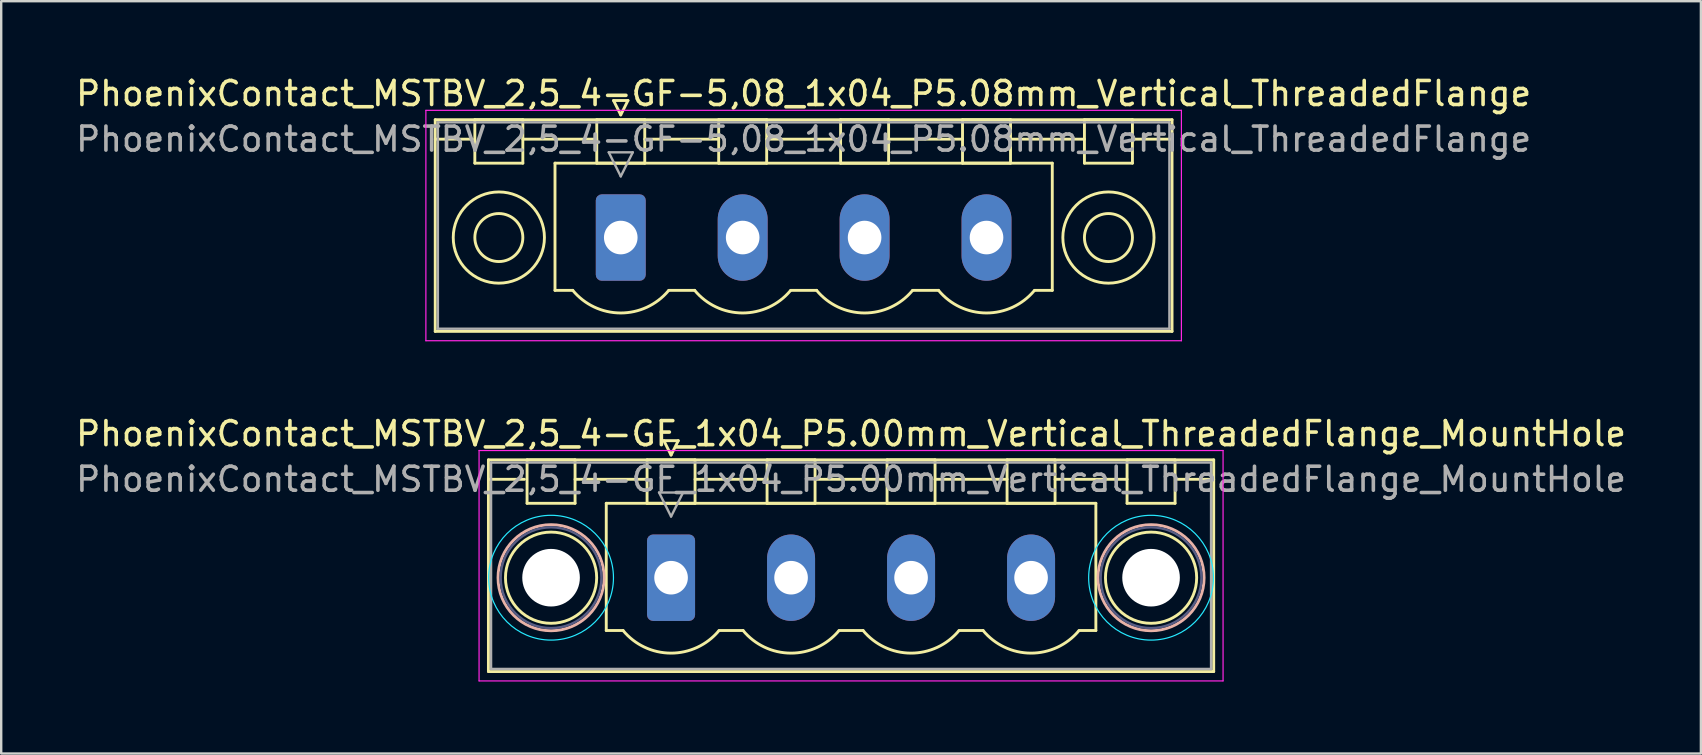
<source format=kicad_pcb>
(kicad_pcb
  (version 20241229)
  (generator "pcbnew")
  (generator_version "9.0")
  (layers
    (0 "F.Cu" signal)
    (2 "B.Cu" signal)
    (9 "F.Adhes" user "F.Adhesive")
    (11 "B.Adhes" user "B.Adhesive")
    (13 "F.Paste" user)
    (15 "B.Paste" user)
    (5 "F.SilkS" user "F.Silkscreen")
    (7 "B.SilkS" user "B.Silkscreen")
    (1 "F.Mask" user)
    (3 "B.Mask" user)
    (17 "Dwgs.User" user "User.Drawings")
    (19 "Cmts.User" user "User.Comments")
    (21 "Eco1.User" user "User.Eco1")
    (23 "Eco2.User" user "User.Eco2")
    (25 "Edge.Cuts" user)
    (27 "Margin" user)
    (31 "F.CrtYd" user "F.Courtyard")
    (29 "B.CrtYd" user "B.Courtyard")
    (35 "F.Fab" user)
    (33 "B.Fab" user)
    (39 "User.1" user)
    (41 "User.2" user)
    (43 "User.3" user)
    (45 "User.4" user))
  (footprint "PhoenixContact_MSTBV_2,5_4-GF-5,08_1x04_P5.08mm_Vertical_ThreadedFlange"
    (layer "F.Cu")
    (at 22.815 6.848)
    (property "Reference" "PhoenixContact_MSTBV_2,5_4-GF-5,08_1x04_P5.08mm_Vertical_ThreadedFlange" (at 7.62 -6 0) (layer "F.SilkS") (effects (font (size 1 1) (thickness 0.15))))
    (attr through_hole)
    (fp_line (start -7.73 -4.91) (end -7.73 3.91) (stroke (width 0.12) (type solid)) (layer "F.SilkS"))
    (fp_line (start -7.73 -4.1) (end -6.19 -4.1) (stroke (width 0.12) (type solid)) (layer "F.SilkS"))
    (fp_line (start -7.73 3.91) (end 22.97 3.91) (stroke (width 0.12) (type solid)) (layer "F.SilkS"))
    (fp_line (start -6.08 -4.91) (end -4.08 -4.91) (stroke (width 0.12) (type solid)) (layer "F.SilkS"))
    (fp_line (start -6.08 -3.1) (end -6.08 -4.91) (stroke (width 0.12) (type solid)) (layer "F.SilkS"))
    (fp_line (start -4.08 -4.91) (end -4.08 -3.1) (stroke (width 0.12) (type solid)) (layer "F.SilkS"))
    (fp_line (start -4.08 -4.1) (end -1 -4.1) (stroke (width 0.12) (type solid)) (layer "F.SilkS"))
    (fp_line (start -4.08 -3.1) (end -6.08 -3.1) (stroke (width 0.12) (type solid)) (layer "F.SilkS"))
    (fp_line (start -2.74 -3.1) (end 17.98 -3.1) (stroke (width 0.12) (type solid)) (layer "F.SilkS"))
    (fp_line (start -2.74 2.2) (end -2.74 -3.1) (stroke (width 0.12) (type solid)) (layer "F.SilkS"))
    (fp_line (start -2 2.2) (end -2.74 2.2) (stroke (width 0.12) (type solid)) (layer "F.SilkS"))
    (fp_line (start -1 -4.91) (end 1 -4.91) (stroke (width 0.12) (type solid)) (layer "F.SilkS"))
    (fp_line (start -1 -3.1) (end -1 -4.91) (stroke (width 0.12) (type solid)) (layer "F.SilkS"))
    (fp_line (start -0.3 -5.71) (end 0.3 -5.71) (stroke (width 0.12) (type solid)) (layer "F.SilkS"))
    (fp_line (start 0 -5.11) (end -0.3 -5.71) (stroke (width 0.12) (type solid)) (layer "F.SilkS"))
    (fp_line (start 0.3 -5.71) (end 0 -5.11) (stroke (width 0.12) (type solid)) (layer "F.SilkS"))
    (fp_line (start 1 -4.91) (end 1 -3.1) (stroke (width 0.12) (type solid)) (layer "F.SilkS"))
    (fp_line (start 1 -4.1) (end 4.08 -4.1) (stroke (width 0.12) (type solid)) (layer "F.SilkS"))
    (fp_line (start 1 -3.1) (end -1 -3.1) (stroke (width 0.12) (type solid)) (layer "F.SilkS"))
    (fp_line (start 2 2.2) (end 3.08 2.2) (stroke (width 0.12) (type solid)) (layer "F.SilkS"))
    (fp_line (start 4.08 -4.91) (end 6.08 -4.91) (stroke (width 0.12) (type solid)) (layer "F.SilkS"))
    (fp_line (start 4.08 -3.1) (end 4.08 -4.91) (stroke (width 0.12) (type solid)) (layer "F.SilkS"))
    (fp_line (start 6.08 -4.91) (end 6.08 -3.1) (stroke (width 0.12) (type solid)) (layer "F.SilkS"))
    (fp_line (start 6.08 -4.1) (end 9.16 -4.1) (stroke (width 0.12) (type solid)) (layer "F.SilkS"))
    (fp_line (start 6.08 -3.1) (end 4.08 -3.1) (stroke (width 0.12) (type solid)) (layer "F.SilkS"))
    (fp_line (start 7.08 2.2) (end 8.16 2.2) (stroke (width 0.12) (type solid)) (layer "F.SilkS"))
    (fp_line (start 9.16 -4.91) (end 11.16 -4.91) (stroke (width 0.12) (type solid)) (layer "F.SilkS"))
    (fp_line (start 9.16 -3.1) (end 9.16 -4.91) (stroke (width 0.12) (type solid)) (layer "F.SilkS"))
    (fp_line (start 11.16 -4.91) (end 11.16 -3.1) (stroke (width 0.12) (type solid)) (layer "F.SilkS"))
    (fp_line (start 11.16 -4.1) (end 14.24 -4.1) (stroke (width 0.12) (type solid)) (layer "F.SilkS"))
    (fp_line (start 11.16 -3.1) (end 9.16 -3.1) (stroke (width 0.12) (type solid)) (layer "F.SilkS"))
    (fp_line (start 12.16 2.2) (end 13.24 2.2) (stroke (width 0.12) (type solid)) (layer "F.SilkS"))
    (fp_line (start 14.24 -4.91) (end 16.24 -4.91) (stroke (width 0.12) (type solid)) (layer "F.SilkS"))
    (fp_line (start 14.24 -3.1) (end 14.24 -4.91) (stroke (width 0.12) (type solid)) (layer "F.SilkS"))
    (fp_line (start 16.24 -4.91) (end 16.24 -3.1) (stroke (width 0.12) (type solid)) (layer "F.SilkS"))
    (fp_line (start 16.24 -4.1) (end 19.32 -4.1) (stroke (width 0.12) (type solid)) (layer "F.SilkS"))
    (fp_line (start 16.24 -3.1) (end 14.24 -3.1) (stroke (width 0.12) (type solid)) (layer "F.SilkS"))
    (fp_line (start 17.98 -3.1) (end 17.98 2.2) (stroke (width 0.12) (type solid)) (layer "F.SilkS"))
    (fp_line (start 17.98 2.2) (end 17.24 2.2) (stroke (width 0.12) (type solid)) (layer "F.SilkS"))
    (fp_line (start 19.32 -4.91) (end 21.32 -4.91) (stroke (width 0.12) (type solid)) (layer "F.SilkS"))
    (fp_line (start 19.32 -3.1) (end 19.32 -4.91) (stroke (width 0.12) (type solid)) (layer "F.SilkS"))
    (fp_line (start 21.32 -4.91) (end 21.32 -3.1) (stroke (width 0.12) (type solid)) (layer "F.SilkS"))
    (fp_line (start 21.32 -3.1) (end 19.32 -3.1) (stroke (width 0.12) (type solid)) (layer "F.SilkS"))
    (fp_line (start 22.97 -4.91) (end -7.73 -4.91) (stroke (width 0.12) (type solid)) (layer "F.SilkS"))
    (fp_line (start 22.97 -4.1) (end 21.43 -4.1) (stroke (width 0.12) (type solid)) (layer "F.SilkS"))
    (fp_line (start 22.97 3.91) (end 22.97 -4.91) (stroke (width 0.12) (type solid)) (layer "F.SilkS"))
    (fp_arc (start 1.986842 2.215821) (mid -0.010289 3.142758) (end -2 2.2) (stroke (width 0.12) (type solid)) (layer "F.SilkS"))
    (fp_arc (start 7.066842 2.215821) (mid 5.069711 3.142758) (end 3.08 2.2) (stroke (width 0.12) (type solid)) (layer "F.SilkS"))
    (fp_arc (start 12.146842 2.215821) (mid 10.149711 3.142758) (end 8.16 2.2) (stroke (width 0.12) (type solid)) (layer "F.SilkS"))
    (fp_arc (start 17.226842 2.215821) (mid 15.229711 3.142758) (end 13.24 2.2) (stroke (width 0.12) (type solid)) (layer "F.SilkS"))
    (fp_circle (center -5.08 0) (end -4.08 0) (stroke (width 0.12) (type solid)) (fill no) (layer "F.SilkS"))
    (fp_circle (center -5.08 0) (end -3.18 0) (stroke (width 0.12) (type solid)) (fill no) (layer "F.SilkS"))
    (fp_circle (center 20.32 0) (end 21.32 0) (stroke (width 0.12) (type solid)) (fill no) (layer "F.SilkS"))
    (fp_circle (center 20.32 0) (end 22.22 0) (stroke (width 0.12) (type solid)) (fill no) (layer "F.SilkS"))
    (fp_line (start -8.12 -5.3) (end -8.12 4.3) (stroke (width 0.05) (type solid)) (layer "F.CrtYd"))
    (fp_line (start -8.12 4.3) (end 23.36 4.3) (stroke (width 0.05) (type solid)) (layer "F.CrtYd"))
    (fp_line (start 23.36 -5.3) (end -8.12 -5.3) (stroke (width 0.05) (type solid)) (layer "F.CrtYd"))
    (fp_line (start 23.36 4.3) (end 23.36 -5.3) (stroke (width 0.05) (type solid)) (layer "F.CrtYd"))
    (fp_line (start -7.62 -4.8) (end -7.62 3.8) (stroke (width 0.1) (type solid)) (layer "F.Fab"))
    (fp_line (start -7.62 3.8) (end 22.86 3.8) (stroke (width 0.1) (type solid)) (layer "F.Fab"))
    (fp_line (start -0.5 -3.55) (end 0.5 -3.55) (stroke (width 0.1) (type solid)) (layer "F.Fab"))
    (fp_line (start 0 -2.55) (end -0.5 -3.55) (stroke (width 0.1) (type solid)) (layer "F.Fab"))
    (fp_line (start 0.5 -3.55) (end 0 -2.55) (stroke (width 0.1) (type solid)) (layer "F.Fab"))
    (fp_line (start 22.86 -4.8) (end -7.62 -4.8) (stroke (width 0.1) (type solid)) (layer "F.Fab"))
    (fp_line (start 22.86 3.8) (end 22.86 -4.8) (stroke (width 0.1) (type solid)) (layer "F.Fab"))
    (fp_text user "${REFERENCE}" (at 7.62 -4.1 0) (layer "F.Fab") (effects (font (size 1 1) (thickness 0.15))))
    (pad "1" thru_hole roundrect (at 0 0) (size 2.08 3.6) (drill 1.4) (layers "*.Cu" "*.Mask") (roundrect_rratio 0.12))
    (pad "2" thru_hole oval (at 5.08 0) (size 2.08 3.6) (drill 1.4) (layers "*.Cu" "*.Mask"))
    (pad "3" thru_hole oval (at 10.16 0) (size 2.08 3.6) (drill 1.4) (layers "*.Cu" "*.Mask"))
    (pad "4" thru_hole oval (at 15.24 0) (size 2.08 3.6) (drill 1.4) (layers "*.Cu" "*.Mask")))
  (footprint "PhoenixContact_MSTBV_2,5_4-GF_1x04_P5.00mm_Vertical_ThreadedFlange_MountHole"
    (layer "F.Cu")
    (at 24.911 21.021)
    (property "Reference" "PhoenixContact_MSTBV_2,5_4-GF_1x04_P5.00mm_Vertical_ThreadedFlange_MountHole" (at 7.5 -6 0) (layer "F.SilkS") (effects (font (size 1 1) (thickness 0.15))))
    (attr through_hole)
    (fp_line (start -7.61 -4.91) (end -7.61 3.91) (stroke (width 0.12) (type solid)) (layer "F.SilkS"))
    (fp_line (start -7.61 -4.1) (end -6.11 -4.1) (stroke (width 0.12) (type solid)) (layer "F.SilkS"))
    (fp_line (start -7.61 3.91) (end 22.61 3.91) (stroke (width 0.12) (type solid)) (layer "F.SilkS"))
    (fp_line (start -6 -4.91) (end -4 -4.91) (stroke (width 0.12) (type solid)) (layer "F.SilkS"))
    (fp_line (start -6 -3.1) (end -6 -4.91) (stroke (width 0.12) (type solid)) (layer "F.SilkS"))
    (fp_line (start -4 -4.91) (end -4 -3.1) (stroke (width 0.12) (type solid)) (layer "F.SilkS"))
    (fp_line (start -4 -4.1) (end -1 -4.1) (stroke (width 0.12) (type solid)) (layer "F.SilkS"))
    (fp_line (start -4 -3.1) (end -6 -3.1) (stroke (width 0.12) (type solid)) (layer "F.SilkS"))
    (fp_line (start -2.7 -3.1) (end 17.7 -3.1) (stroke (width 0.12) (type solid)) (layer "F.SilkS"))
    (fp_line (start -2.7 2.2) (end -2.7 -3.1) (stroke (width 0.12) (type solid)) (layer "F.SilkS"))
    (fp_line (start -2 2.2) (end -2.7 2.2) (stroke (width 0.12) (type solid)) (layer "F.SilkS"))
    (fp_line (start -1 -4.91) (end 1 -4.91) (stroke (width 0.12) (type solid)) (layer "F.SilkS"))
    (fp_line (start -1 -3.1) (end -1 -4.91) (stroke (width 0.12) (type solid)) (layer "F.SilkS"))
    (fp_line (start -0.3 -5.71) (end 0.3 -5.71) (stroke (width 0.12) (type solid)) (layer "F.SilkS"))
    (fp_line (start 0 -5.11) (end -0.3 -5.71) (stroke (width 0.12) (type solid)) (layer "F.SilkS"))
    (fp_line (start 0.3 -5.71) (end 0 -5.11) (stroke (width 0.12) (type solid)) (layer "F.SilkS"))
    (fp_line (start 1 -4.91) (end 1 -3.1) (stroke (width 0.12) (type solid)) (layer "F.SilkS"))
    (fp_line (start 1 -4.1) (end 4 -4.1) (stroke (width 0.12) (type solid)) (layer "F.SilkS"))
    (fp_line (start 1 -3.1) (end -1 -3.1) (stroke (width 0.12) (type solid)) (layer "F.SilkS"))
    (fp_line (start 2 2.2) (end 3 2.2) (stroke (width 0.12) (type solid)) (layer "F.SilkS"))
    (fp_line (start 4 -4.91) (end 6 -4.91) (stroke (width 0.12) (type solid)) (layer "F.SilkS"))
    (fp_line (start 4 -3.1) (end 4 -4.91) (stroke (width 0.12) (type solid)) (layer "F.SilkS"))
    (fp_line (start 6 -4.91) (end 6 -3.1) (stroke (width 0.12) (type solid)) (layer "F.SilkS"))
    (fp_line (start 6 -4.1) (end 9 -4.1) (stroke (width 0.12) (type solid)) (layer "F.SilkS"))
    (fp_line (start 6 -3.1) (end 4 -3.1) (stroke (width 0.12) (type solid)) (layer "F.SilkS"))
    (fp_line (start 7 2.2) (end 8 2.2) (stroke (width 0.12) (type solid)) (layer "F.SilkS"))
    (fp_line (start 9 -4.91) (end 11 -4.91) (stroke (width 0.12) (type solid)) (layer "F.SilkS"))
    (fp_line (start 9 -3.1) (end 9 -4.91) (stroke (width 0.12) (type solid)) (layer "F.SilkS"))
    (fp_line (start 11 -4.91) (end 11 -3.1) (stroke (width 0.12) (type solid)) (layer "F.SilkS"))
    (fp_line (start 11 -4.1) (end 14 -4.1) (stroke (width 0.12) (type solid)) (layer "F.SilkS"))
    (fp_line (start 11 -3.1) (end 9 -3.1) (stroke (width 0.12) (type solid)) (layer "F.SilkS"))
    (fp_line (start 12 2.2) (end 13 2.2) (stroke (width 0.12) (type solid)) (layer "F.SilkS"))
    (fp_line (start 14 -4.91) (end 16 -4.91) (stroke (width 0.12) (type solid)) (layer "F.SilkS"))
    (fp_line (start 14 -3.1) (end 14 -4.91) (stroke (width 0.12) (type solid)) (layer "F.SilkS"))
    (fp_line (start 16 -4.91) (end 16 -3.1) (stroke (width 0.12) (type solid)) (layer "F.SilkS"))
    (fp_line (start 16 -4.1) (end 19 -4.1) (stroke (width 0.12) (type solid)) (layer "F.SilkS"))
    (fp_line (start 16 -3.1) (end 14 -3.1) (stroke (width 0.12) (type solid)) (layer "F.SilkS"))
    (fp_line (start 17.7 -3.1) (end 17.7 2.2) (stroke (width 0.12) (type solid)) (layer "F.SilkS"))
    (fp_line (start 17.7 2.2) (end 17 2.2) (stroke (width 0.12) (type solid)) (layer "F.SilkS"))
    (fp_line (start 19 -4.91) (end 21 -4.91) (stroke (width 0.12) (type solid)) (layer "F.SilkS"))
    (fp_line (start 19 -3.1) (end 19 -4.91) (stroke (width 0.12) (type solid)) (layer "F.SilkS"))
    (fp_line (start 21 -4.91) (end 21 -3.1) (stroke (width 0.12) (type solid)) (layer "F.SilkS"))
    (fp_line (start 21 -3.1) (end 19 -3.1) (stroke (width 0.12) (type solid)) (layer "F.SilkS"))
    (fp_line (start 22.61 -4.91) (end -7.61 -4.91) (stroke (width 0.12) (type solid)) (layer "F.SilkS"))
    (fp_line (start 22.61 -4.1) (end 21.11 -4.1) (stroke (width 0.12) (type solid)) (layer "F.SilkS"))
    (fp_line (start 22.61 3.91) (end 22.61 -4.91) (stroke (width 0.12) (type solid)) (layer "F.SilkS"))
    (fp_arc (start 1.986842 2.215821) (mid -0.010289 3.142758) (end -2 2.2) (stroke (width 0.12) (type solid)) (layer "F.SilkS"))
    (fp_arc (start 6.986842 2.215821) (mid 4.989711 3.142758) (end 3 2.2) (stroke (width 0.12) (type solid)) (layer "F.SilkS"))
    (fp_arc (start 11.986842 2.215821) (mid 9.989711 3.142758) (end 8 2.2) (stroke (width 0.12) (type solid)) (layer "F.SilkS"))
    (fp_arc (start 16.986842 2.215821) (mid 14.989711 3.142758) (end 13 2.2) (stroke (width 0.12) (type solid)) (layer "F.SilkS"))
    (fp_circle (center -5 0) (end -3.1 0) (stroke (width 0.12) (type solid)) (fill no) (layer "F.SilkS"))
    (fp_circle (center 20 0) (end 21.9 0) (stroke (width 0.12) (type solid)) (fill no) (layer "F.SilkS"))
    (fp_circle (center -5 0) (end -2.79 0) (stroke (width 0.12) (type solid)) (fill no) (layer "B.SilkS"))
    (fp_circle (center 20 0) (end 22.21 0) (stroke (width 0.12) (type solid)) (fill no) (layer "B.SilkS"))
    (fp_circle (center -5 0) (end -2.4 0) (stroke (width 0.05) (type solid)) (fill no) (layer "B.CrtYd"))
    (fp_circle (center 20 0) (end 22.6 0) (stroke (width 0.05) (type solid)) (fill no) (layer "B.CrtYd"))
    (fp_line (start -8 -5.3) (end -8 4.3) (stroke (width 0.05) (type solid)) (layer "F.CrtYd"))
    (fp_line (start -8 4.3) (end 23 4.3) (stroke (width 0.05) (type solid)) (layer "F.CrtYd"))
    (fp_line (start 23 -5.3) (end -8 -5.3) (stroke (width 0.05) (type solid)) (layer "F.CrtYd"))
    (fp_line (start 23 4.3) (end 23 -5.3) (stroke (width 0.05) (type solid)) (layer "F.CrtYd"))
    (fp_circle (center -5 0) (end -2.9 0) (stroke (width 0.1) (type solid)) (fill no) (layer "B.Fab"))
    (fp_circle (center 20 0) (end 22.1 0) (stroke (width 0.1) (type solid)) (fill no) (layer "B.Fab"))
    (fp_line (start -7.5 -4.8) (end -7.5 3.8) (stroke (width 0.1) (type solid)) (layer "F.Fab"))
    (fp_line (start -7.5 3.8) (end 22.5 3.8) (stroke (width 0.1) (type solid)) (layer "F.Fab"))
    (fp_line (start -0.5 -3.55) (end 0.5 -3.55) (stroke (width 0.1) (type solid)) (layer "F.Fab"))
    (fp_line (start 0 -2.55) (end -0.5 -3.55) (stroke (width 0.1) (type solid)) (layer "F.Fab"))
    (fp_line (start 0.5 -3.55) (end 0 -2.55) (stroke (width 0.1) (type solid)) (layer "F.Fab"))
    (fp_line (start 22.5 -4.8) (end -7.5 -4.8) (stroke (width 0.1) (type solid)) (layer "F.Fab"))
    (fp_line (start 22.5 3.8) (end 22.5 -4.8) (stroke (width 0.1) (type solid)) (layer "F.Fab"))
    (fp_text user "${REFERENCE}" (at 7.5 -4.1 0) (layer "F.Fab") (effects (font (size 1 1) (thickness 0.15))))
    (pad "" np_thru_hole circle (at -5 0) (size 2.4 2.4) (drill 2.4) (layers "*.Cu" "*.Mask"))
    (pad "" np_thru_hole circle (at 20 0) (size 2.4 2.4) (drill 2.4) (layers "*.Cu" "*.Mask"))
    (pad "1" thru_hole roundrect (at 0 0) (size 2 3.6) (drill 1.4) (layers "*.Cu" "*.Mask") (roundrect_rratio 0.125))
    (pad "2" thru_hole oval (at 5 0) (size 2 3.6) (drill 1.4) (layers "*.Cu" "*.Mask"))
    (pad "3" thru_hole oval (at 10 0) (size 2 3.6) (drill 1.4) (layers "*.Cu" "*.Mask"))
    (pad "4" thru_hole oval (at 15 0) (size 2 3.6) (drill 1.4) (layers "*.Cu" "*.Mask")))
  (gr_rect
    (start -3 -3)
    (end 67.821 28.346)
    (stroke (width 0.1) (type default))
    (fill no)
    (layer "Edge.Cuts")))
</source>
